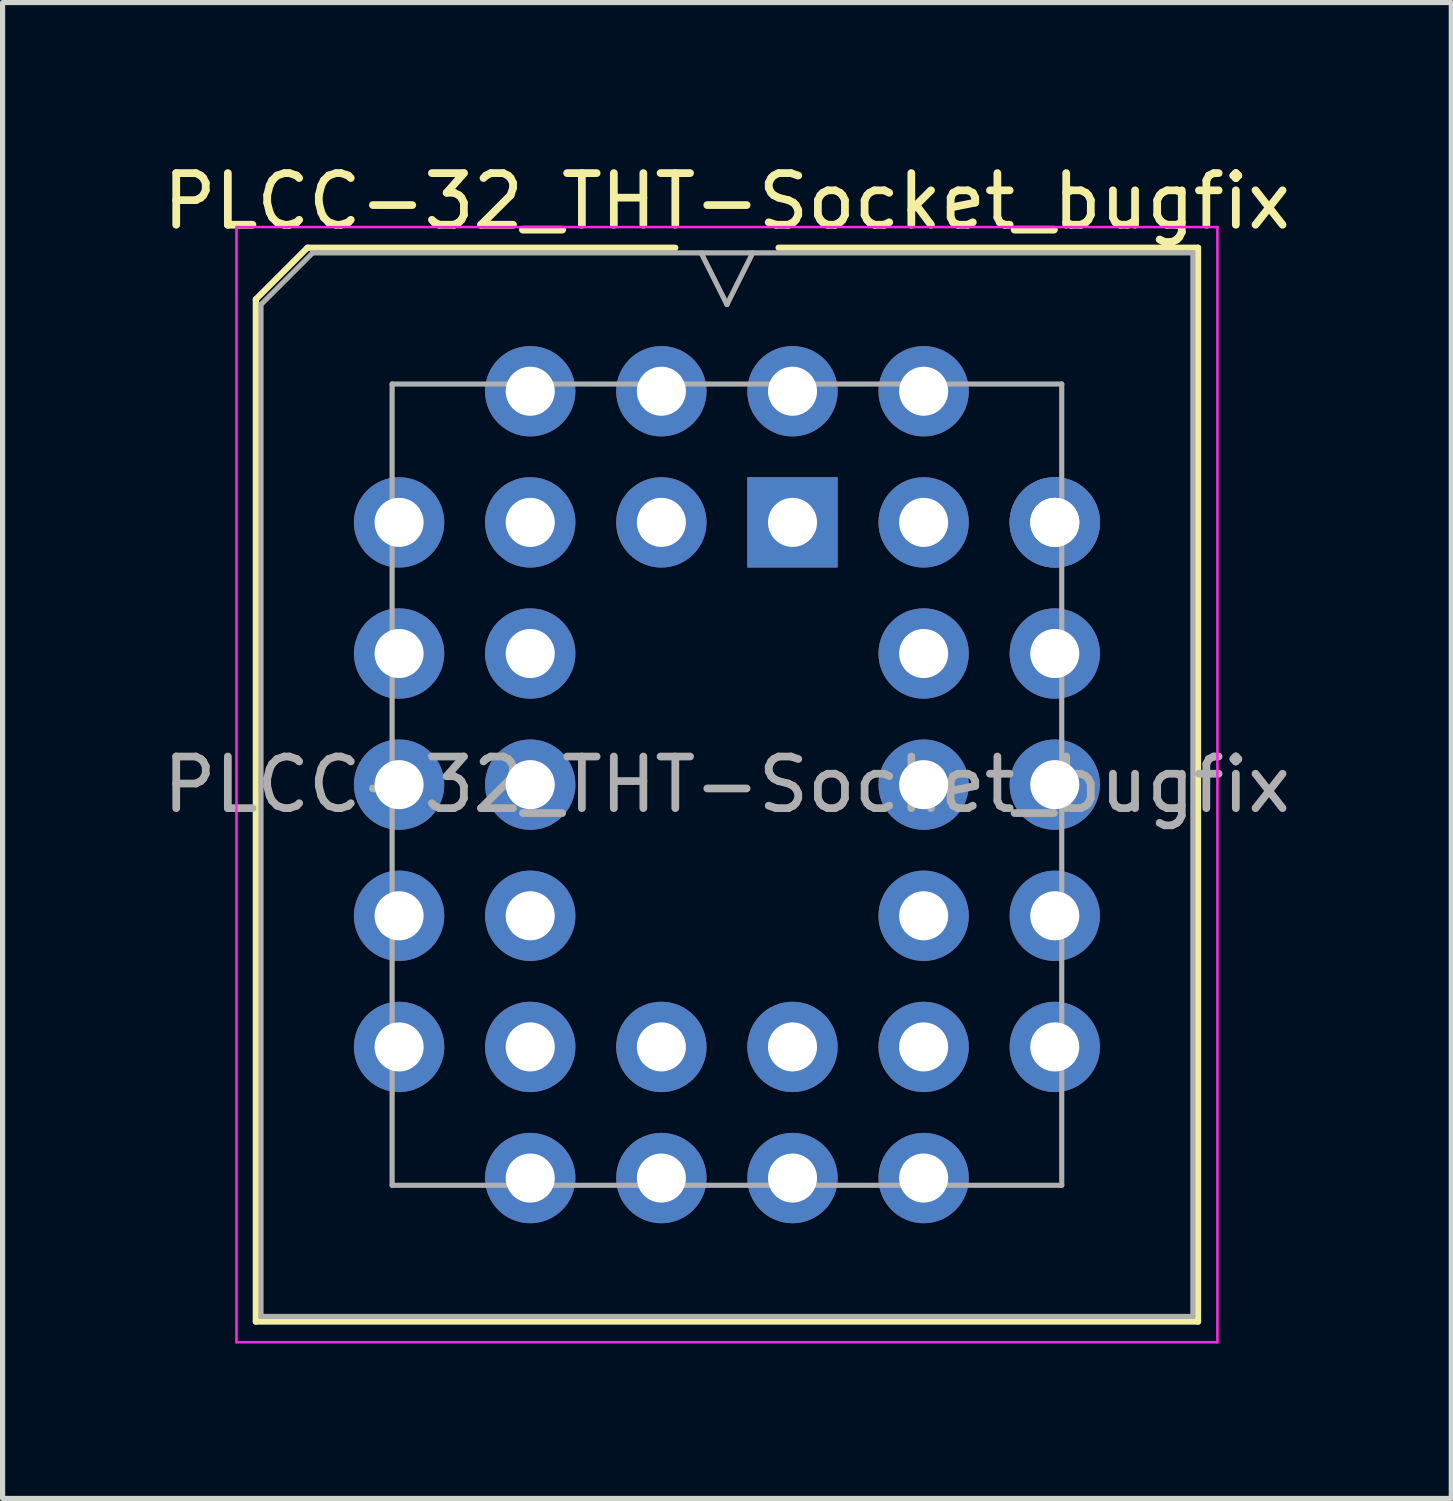
<source format=kicad_pcb>
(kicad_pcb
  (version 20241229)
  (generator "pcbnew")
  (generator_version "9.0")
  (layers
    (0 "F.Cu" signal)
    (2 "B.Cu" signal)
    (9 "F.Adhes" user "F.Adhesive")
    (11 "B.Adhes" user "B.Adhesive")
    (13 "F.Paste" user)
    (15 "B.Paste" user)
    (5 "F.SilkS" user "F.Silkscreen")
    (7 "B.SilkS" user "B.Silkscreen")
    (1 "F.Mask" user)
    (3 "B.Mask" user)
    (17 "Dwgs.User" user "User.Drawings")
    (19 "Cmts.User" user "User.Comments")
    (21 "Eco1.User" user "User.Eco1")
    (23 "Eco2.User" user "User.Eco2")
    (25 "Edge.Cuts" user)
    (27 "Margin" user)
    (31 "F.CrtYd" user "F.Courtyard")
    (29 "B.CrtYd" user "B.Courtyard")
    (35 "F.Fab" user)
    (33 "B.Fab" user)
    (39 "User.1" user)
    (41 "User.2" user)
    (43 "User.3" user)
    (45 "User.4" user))
  (footprint "PLCC-32_THT-Socket_bugfix"
    (layer "F.Cu")
    (at 12.3 7.068)
    (property "Reference" "PLCC-32_THT-Socket_bugfix" (at -1.27 -6.22 0) (layer "F.SilkS") (effects (font (size 1 1) (thickness 0.15))))
    (attr through_hole)
    (fp_line (start -10.395 -4.32) (end -10.395 15.48) (stroke (width 0.12) (type solid)) (layer "F.SilkS"))
    (fp_line (start -10.395 15.48) (end 7.855 15.48) (stroke (width 0.12) (type solid)) (layer "F.SilkS"))
    (fp_line (start -9.395 -5.32) (end -10.395 -4.32) (stroke (width 0.12) (type solid)) (layer "F.SilkS"))
    (fp_line (start -2.27 -5.32) (end -9.395 -5.32) (stroke (width 0.12) (type solid)) (layer "F.SilkS"))
    (fp_line (start 7.855 -5.32) (end -0.27 -5.32) (stroke (width 0.12) (type solid)) (layer "F.SilkS"))
    (fp_line (start 7.855 15.48) (end 7.855 -5.32) (stroke (width 0.12) (type solid)) (layer "F.SilkS"))
    (fp_line (start -10.77 -5.72) (end -10.77 15.88) (stroke (width 0.05) (type solid)) (layer "F.CrtYd"))
    (fp_line (start -10.77 15.88) (end 8.23 15.88) (stroke (width 0.05) (type solid)) (layer "F.CrtYd"))
    (fp_line (start 8.23 -5.72) (end -10.77 -5.72) (stroke (width 0.05) (type solid)) (layer "F.CrtYd"))
    (fp_line (start 8.23 15.88) (end 8.23 -5.72) (stroke (width 0.05) (type solid)) (layer "F.CrtYd"))
    (fp_line (start -10.295 -4.22) (end -10.295 15.38) (stroke (width 0.1) (type solid)) (layer "F.Fab"))
    (fp_line (start -10.295 15.38) (end 7.755 15.38) (stroke (width 0.1) (type solid)) (layer "F.Fab"))
    (fp_line (start -9.295 -5.22) (end -10.295 -4.22) (stroke (width 0.1) (type solid)) (layer "F.Fab"))
    (fp_line (start -7.755 -2.68) (end -7.755 12.84) (stroke (width 0.1) (type solid)) (layer "F.Fab"))
    (fp_line (start -7.755 12.84) (end 5.215 12.84) (stroke (width 0.1) (type solid)) (layer "F.Fab"))
    (fp_line (start -1.77 -5.22) (end -1.27 -4.22) (stroke (width 0.1) (type solid)) (layer "F.Fab"))
    (fp_line (start -1.27 -4.22) (end -0.77 -5.22) (stroke (width 0.1) (type solid)) (layer "F.Fab"))
    (fp_line (start 5.215 -2.68) (end -7.755 -2.68) (stroke (width 0.1) (type solid)) (layer "F.Fab"))
    (fp_line (start 5.215 12.84) (end 5.215 -2.68) (stroke (width 0.1) (type solid)) (layer "F.Fab"))
    (fp_line (start 7.755 -5.22) (end -9.295 -5.22) (stroke (width 0.1) (type solid)) (layer "F.Fab"))
    (fp_line (start 7.755 15.38) (end 7.755 -5.22) (stroke (width 0.1) (type solid)) (layer "F.Fab"))
    (fp_text user "${REFERENCE}" (at -1.27 5.08 0) (layer "F.Fab") (effects (font (size 1 1) (thickness 0.15))))
    (pad "1" thru_hole rect (at 0 0) (size 1.75 1.75) (drill 0.95) (layers "*.Cu" "*.Mask"))
    (pad "2" thru_hole circle (at -2.54 -2.54) (size 1.75 1.75) (drill 0.95) (layers "*.Cu" "*.Mask"))
    (pad "3" thru_hole circle (at -2.54 0) (size 1.75 1.75) (drill 0.95) (layers "*.Cu" "*.Mask"))
    (pad "4" thru_hole circle (at -5.08 -2.54) (size 1.75 1.75) (drill 0.95) (layers "*.Cu" "*.Mask"))
    (pad "5" thru_hole circle (at -7.62 0) (size 1.75 1.75) (drill 0.95) (layers "*.Cu" "*.Mask"))
    (pad "6" thru_hole circle (at -5.08 0) (size 1.75 1.75) (drill 0.95) (layers "*.Cu" "*.Mask"))
    (pad "7" thru_hole circle (at -7.62 2.54) (size 1.75 1.75) (drill 0.95) (layers "*.Cu" "*.Mask"))
    (pad "8" thru_hole circle (at -5.08 2.54) (size 1.75 1.75) (drill 0.95) (layers "*.Cu" "*.Mask"))
    (pad "9" thru_hole circle (at -7.62 5.08) (size 1.75 1.75) (drill 0.95) (layers "*.Cu" "*.Mask"))
    (pad "10" thru_hole circle (at -5.08 5.08) (size 1.75 1.75) (drill 0.95) (layers "*.Cu" "*.Mask"))
    (pad "11" thru_hole circle (at -7.62 7.62) (size 1.75 1.75) (drill 0.95) (layers "*.Cu" "*.Mask"))
    (pad "12" thru_hole circle (at -5.08 7.62) (size 1.75 1.75) (drill 0.95) (layers "*.Cu" "*.Mask"))
    (pad "13" thru_hole circle (at -7.62 10.16) (size 1.75 1.75) (drill 0.95) (layers "*.Cu" "*.Mask"))
    (pad "14" thru_hole circle (at -5.08 12.7) (size 1.75 1.75) (drill 0.95) (layers "*.Cu" "*.Mask"))
    (pad "15" thru_hole circle (at -5.08 10.16) (size 1.75 1.75) (drill 0.95) (layers "*.Cu" "*.Mask"))
    (pad "16" thru_hole circle (at -2.54 12.7) (size 1.75 1.75) (drill 0.95) (layers "*.Cu" "*.Mask"))
    (pad "17" thru_hole circle (at -2.54 10.16) (size 1.75 1.75) (drill 0.95) (layers "*.Cu" "*.Mask"))
    (pad "18" thru_hole circle (at 0 12.7) (size 1.75 1.75) (drill 0.95) (layers "*.Cu" "*.Mask"))
    (pad "19" thru_hole circle (at 0 10.16) (size 1.75 1.75) (drill 0.95) (layers "*.Cu" "*.Mask"))
    (pad "20" thru_hole circle (at 2.54 12.7) (size 1.75 1.75) (drill 0.95) (layers "*.Cu" "*.Mask"))
    (pad "21" thru_hole circle (at 5.08 10.16) (size 1.75 1.75) (drill 0.95) (layers "*.Cu" "*.Mask"))
    (pad "22" thru_hole circle (at 2.54 10.16) (size 1.75 1.75) (drill 0.95) (layers "*.Cu" "*.Mask"))
    (pad "23" thru_hole circle (at 5.08 7.62) (size 1.75 1.75) (drill 0.95) (layers "*.Cu" "*.Mask"))
    (pad "24" thru_hole circle (at 2.54 7.62) (size 1.75 1.75) (drill 0.95) (layers "*.Cu" "*.Mask"))
    (pad "25" thru_hole circle (at 5.08 5.08) (size 1.75 1.75) (drill 0.95) (layers "*.Cu" "*.Mask"))
    (pad "26" thru_hole circle (at 2.54 5.08) (size 1.75 1.75) (drill 0.95) (layers "*.Cu" "*.Mask"))
    (pad "27" thru_hole circle (at 5.08 2.54) (size 1.75 1.75) (drill 0.95) (layers "*.Cu" "*.Mask"))
    (pad "28" thru_hole circle (at 2.54 2.54) (size 1.75 1.75) (drill 0.95) (layers "*.Cu" "*.Mask"))
    (pad "29" thru_hole circle (at 5.08 0) (size 1.75 1.75) (drill 0.95) (layers "*.Cu" "*.Mask"))
    (pad "29" thru_hole circle (at 5.08 0) (size 1.75 1.75) (drill 0.95) (layers "*.Cu" "*.Mask"))
    (pad "30" thru_hole circle (at 2.54 -2.54) (size 1.75 1.75) (drill 0.95) (layers "*.Cu" "*.Mask"))
    (pad "31" thru_hole circle (at 2.54 0) (size 1.75 1.75) (drill 0.95) (layers "*.Cu" "*.Mask"))
    (pad "32" thru_hole circle (at 0 -2.54) (size 1.75 1.75) (drill 0.95) (layers "*.Cu" "*.Mask")))
  (gr_rect
    (start -3 -3)
    (end 25.06 25.973)
    (stroke (width 0.1) (type default))
    (fill no)
    (layer "Edge.Cuts")))
</source>
